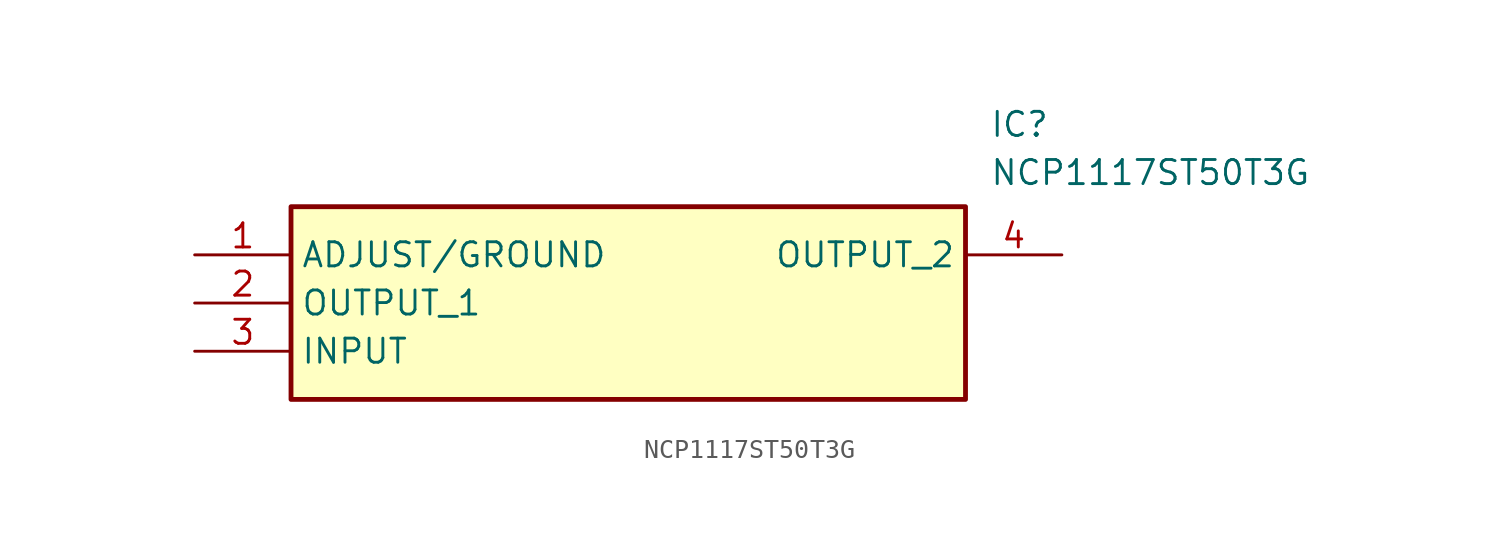
<source format=kicad_sym>
(kicad_symbol_lib
  (version 20211014)
  (generator SamacSys_ECAD_Model)
  (symbol "NCP1117ST50T3G"
    (property "Reference" "IC"
      (at 41.91 7.62 0)
      (effects (font (size 1.27 1.27)) (justify left top)))
    (property "Value" "NCP1117ST50T3G"
      (at 41.91 5.08 0)
      (effects (font (size 1.27 1.27)) (justify left top)))
    (rectangle
      (start 5.08 2.54)
      (end 40.64 -7.62)
      (stroke (width 0.254) (type default))
      (fill (type background)))
    (pin passive line
      (at 0 0 0)
      (length 5.08)
      (name "ADJUST/GROUND" (effects (font (size 1.27 1.27))))
      (number "1" (effects (font (size 1.27 1.27)))))
    (pin passive line
      (at 0 -2.54 0)
      (length 5.08)
      (name "OUTPUT_1" (effects (font (size 1.27 1.27))))
      (number "2" (effects (font (size 1.27 1.27)))))
    (pin passive line
      (at 0 -5.08 0)
      (length 5.08)
      (name "INPUT" (effects (font (size 1.27 1.27))))
      (number "3" (effects (font (size 1.27 1.27)))))
    (pin passive line
      (at 45.72 0 180)
      (length 5.08)
      (name "OUTPUT_2" (effects (font (size 1.27 1.27))))
      (number "4" (effects (font (size 1.27 1.27)))))))
</source>
